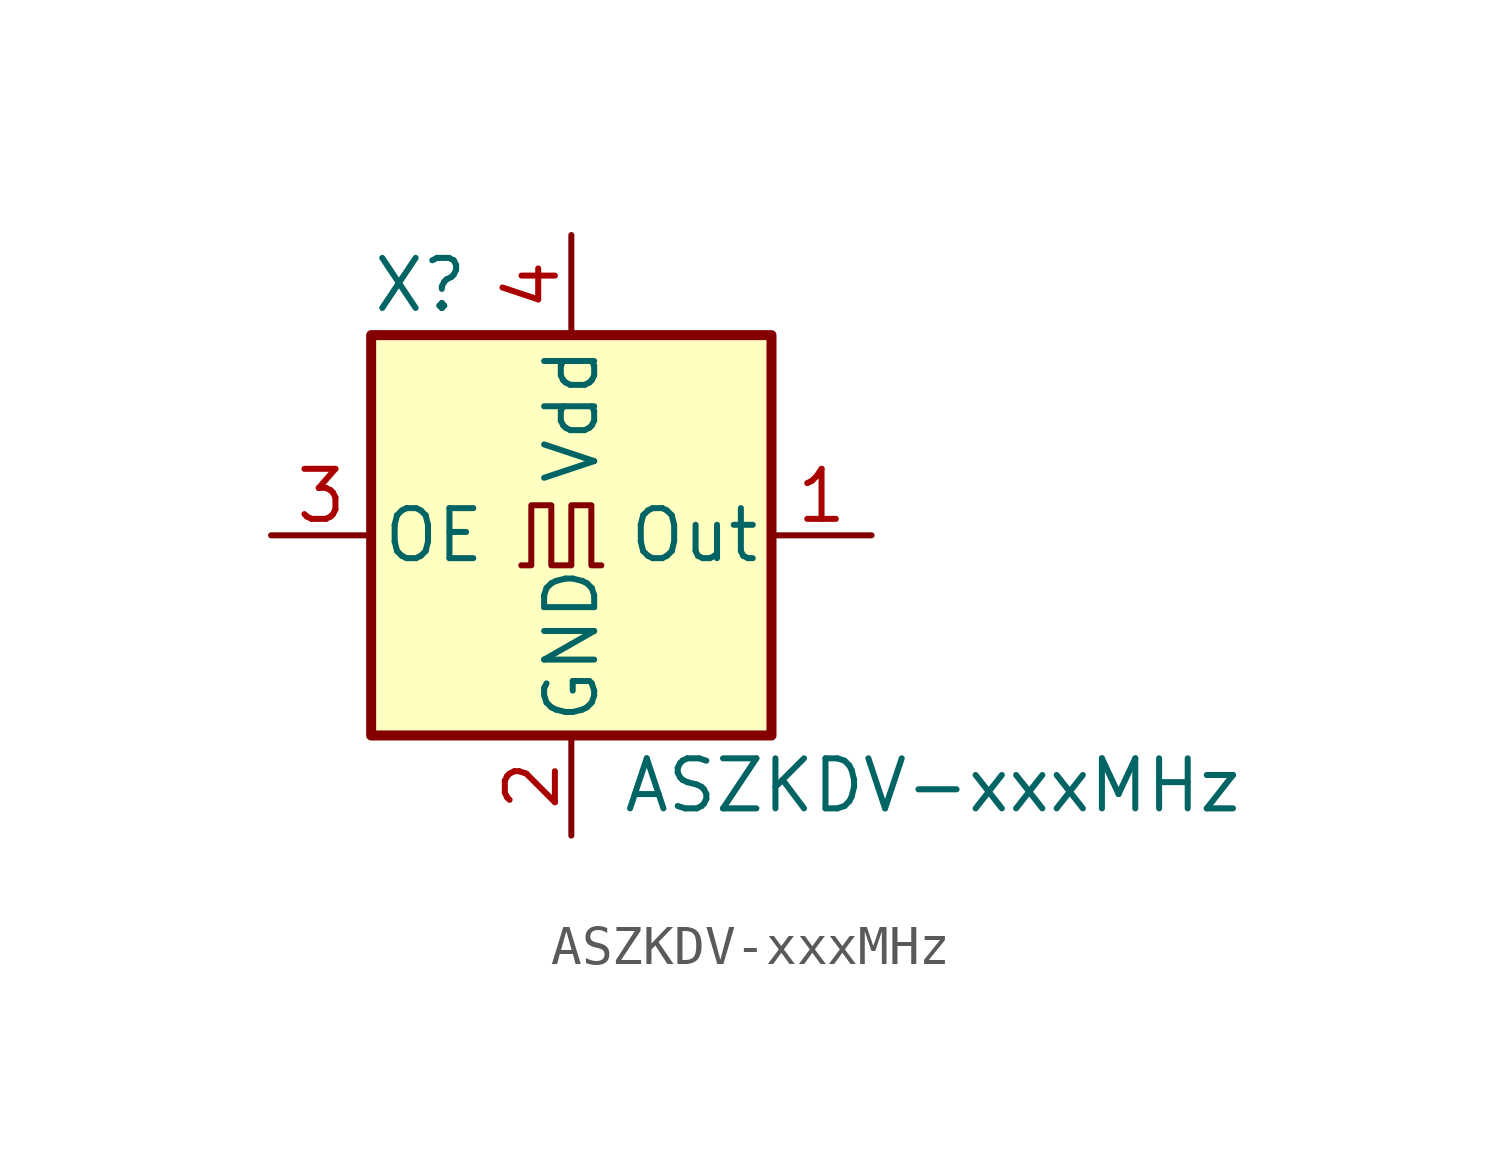
<source format=kicad_sym>
(kicad_symbol_lib
  (version 20231120)
  (generator "kicad_symbol_editor")
  (generator_version "8.0")
  (symbol "ASZKDV-xxxMHz"
    (pin_names
      (offset 0.254))
    (property "Reference" "X"
      (at -5.08 6.35 0)
      (effects (font (size 1.27 1.27)) (justify left)))
    (property "Value" "ASZKDV-xxxMHz"
      (at 1.27 -6.35 0)
      (effects (font (size 1.27 1.27)) (justify left)))
    (symbol "ASZKDV-xxxMHz_0_1"
      (rectangle (start -5.08 5.08) (end 5.08 -5.08) (stroke (width 0.254) (type default)) (fill (type background)))
      (polyline (pts (xy -1.27 -0.762) (xy -1.016 -0.762) (xy -1.016 0.762) (xy -0.508 0.762) (xy -0.508 -0.762) (xy 0 -0.762) (xy 0 0.762) (xy 0.508 0.762) (xy 0.508 -0.762) (xy 0.762 -0.762)) (stroke (width 0) (type default)) (fill (type none))))
    (symbol "ASZKDV-xxxMHz_1_1"
      (pin output line (at 7.62 0 180) (length 2.54) (name "Out" (effects (font (size 1.27 1.27)))) (number "1" (effects (font (size 1.27 1.27)))))
      (pin power_in line (at 0 -7.62 90) (length 2.54) (name "GND" (effects (font (size 1.27 1.27)))) (number "2" (effects (font (size 1.27 1.27)))))
      (pin input line (at -7.62 0 0) (length 2.54) (name "OE" (effects (font (size 1.27 1.27)))) (number "3" (effects (font (size 1.27 1.27)))))
      (pin power_in line (at 0 7.62 270) (length 2.54) (name "Vdd" (effects (font (size 1.27 1.27)))) (number "4" (effects (font (size 1.27 1.27))))))))
</source>
